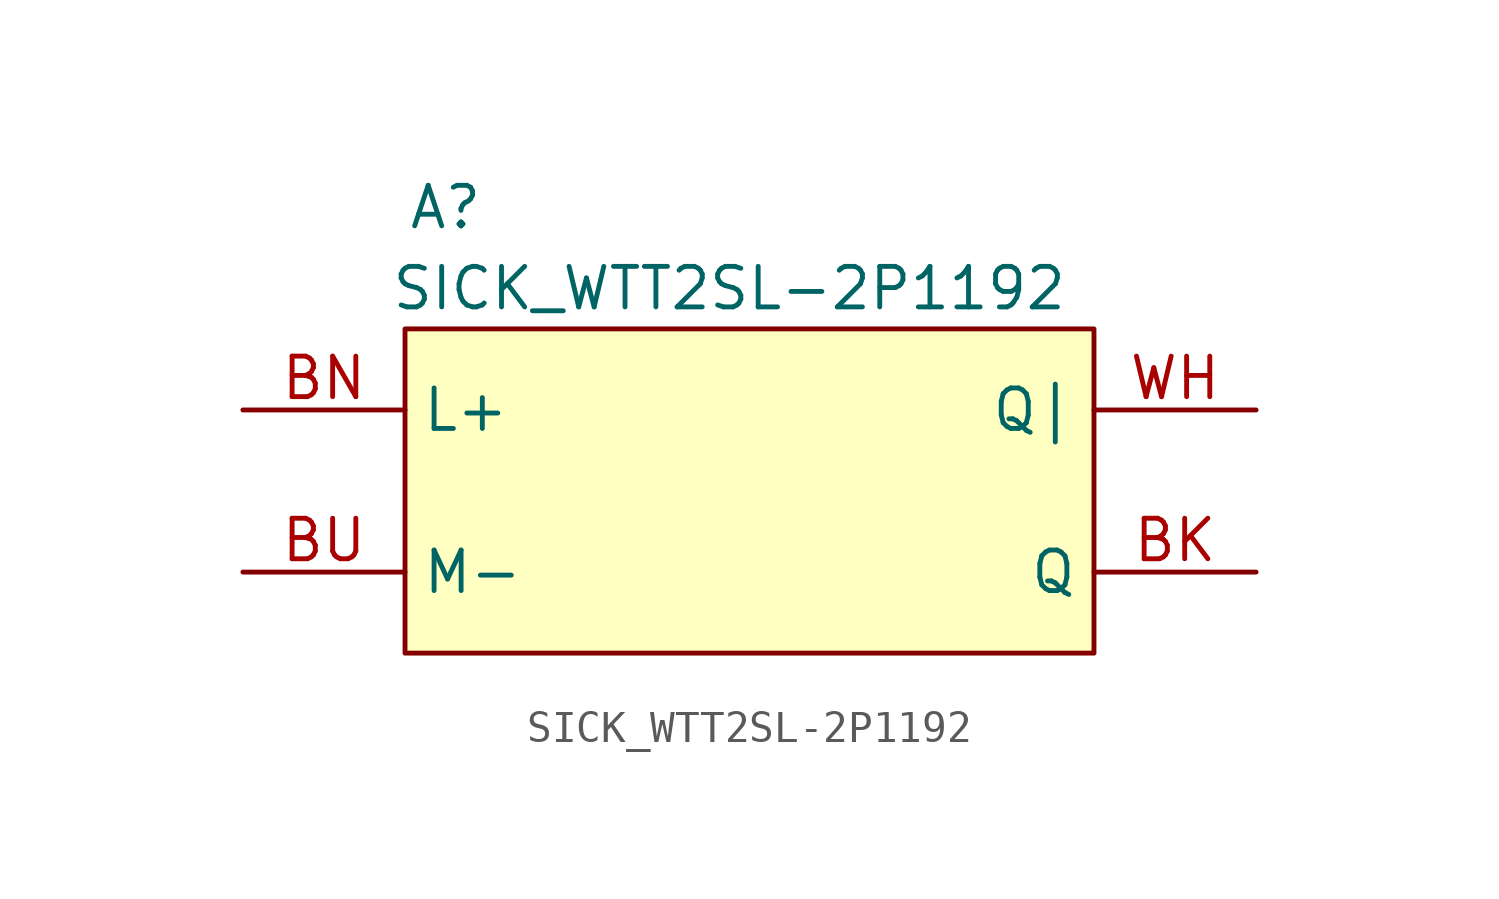
<source format=kicad_sym>
(kicad_symbol_lib
  (version 20211014)
  (generator kicad_symbol_editor)
  (symbol "SICK_WTT2SL-2P1192"
    (property "Reference" "A"
      (at 1.27 13.97 0)
      (effects (font (size 1.27 1.27))))
    (property "Value" "SICK_WTT2SL-2P1192"
      (at 10.16 11.43 0)
      (effects (font (size 1.27 1.27))))
    (symbol "SICK_WTT2SL-2P1192_0_1"
      (rectangle (start 0 10.16) (end 21.59 0) (stroke (width 0) (type default) (color 0 0 0 0)) (fill (type background))))
    (symbol "SICK_WTT2SL-2P1192_1_1"
      (pin output line (at 26.67 2.54 180) (length 5.08) (name "Q" (effects (font (size 1.27 1.27)))) (number "BK" (effects (font (size 1.27 1.27)))))
      (pin input line (at -5.08 7.62 0) (length 5.08) (name "L+" (effects (font (size 1.27 1.27)))) (number "BN" (effects (font (size 1.27 1.27)))))
      (pin passive line (at -5.08 2.54 0) (length 5.08) (name "M-" (effects (font (size 1.27 1.27)))) (number "BU" (effects (font (size 1.27 1.27)))))
      (pin output line (at 26.67 7.62 180) (length 5.08) (name "Q|" (effects (font (size 1.27 1.27)))) (number "WH" (effects (font (size 1.27 1.27))))))))
</source>
